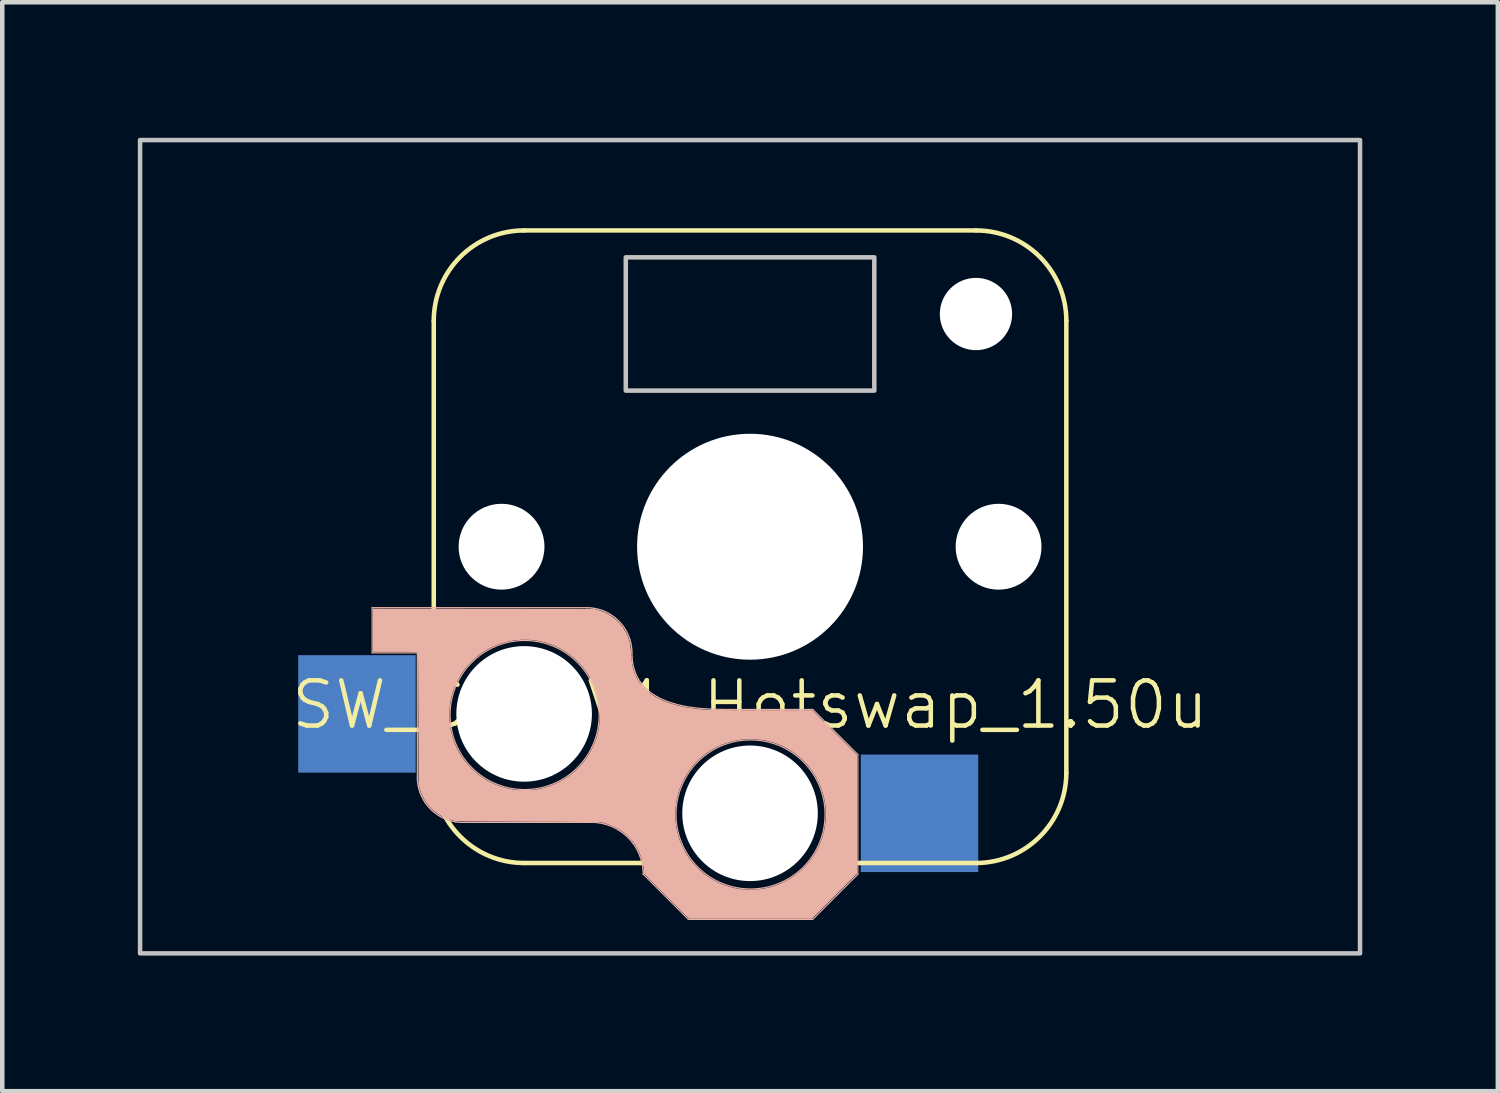
<source format=kicad_pcb>
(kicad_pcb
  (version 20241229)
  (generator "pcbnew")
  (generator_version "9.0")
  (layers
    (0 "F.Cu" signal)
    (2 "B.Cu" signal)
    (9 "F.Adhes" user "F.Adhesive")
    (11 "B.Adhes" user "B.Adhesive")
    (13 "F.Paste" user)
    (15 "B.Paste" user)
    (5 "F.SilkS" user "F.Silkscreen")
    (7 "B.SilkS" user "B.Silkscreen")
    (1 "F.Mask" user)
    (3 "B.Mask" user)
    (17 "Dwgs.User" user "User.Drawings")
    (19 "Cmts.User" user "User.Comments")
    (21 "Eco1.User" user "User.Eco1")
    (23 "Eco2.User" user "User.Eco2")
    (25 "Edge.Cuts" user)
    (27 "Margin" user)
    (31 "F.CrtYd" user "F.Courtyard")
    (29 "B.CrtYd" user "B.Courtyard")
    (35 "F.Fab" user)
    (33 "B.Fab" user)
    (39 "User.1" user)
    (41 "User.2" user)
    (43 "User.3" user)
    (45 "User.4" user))
  (footprint "SW_ChocV1_Hotswap_1.50u"
    (layer "F.Cu")
    (at 13.55 9.05)
    (property "Reference" "SW_ChocV1_Hotswap_1.50u" (at 0 3.5 0) (unlocked yes) (layer "F.SilkS") (effects (font (size 1 1) (thickness 0.1))))
    (attr through_hole)
    (fp_line (start -7 -5) (end -7 5) (stroke (width 0.1) (type default)) (layer "F.SilkS"))
    (fp_line (start -5 -7) (end 5 -7) (stroke (width 0.1) (type default)) (layer "F.SilkS"))
    (fp_line (start -5 7) (end -1.5 7) (stroke (width 0.1) (type default)) (layer "F.SilkS"))
    (fp_line (start 1.5 7) (end 5 7) (stroke (width 0.1) (type default)) (layer "F.SilkS"))
    (fp_line (start 7 -5) (end 7 5) (stroke (width 0.1) (type default)) (layer "F.SilkS"))
    (fp_arc (start -7 -5) (mid -6.414214 -6.414214) (end -5 -7) (stroke (width 0.1) (type default)) (layer "F.SilkS"))
    (fp_arc (start -5 7) (mid -6.414214 6.414214) (end -7 5) (stroke (width 0.1) (type default)) (layer "F.SilkS"))
    (fp_arc (start 5 -7) (mid 6.414214 -6.414214) (end 7 -5) (stroke (width 0.1) (type default)) (layer "F.SilkS"))
    (fp_arc (start 7 5) (mid 6.414214 6.414214) (end 5 7) (stroke (width 0.1) (type default)) (layer "F.SilkS"))
    (fp_line (start -8.364 1.349) (end -7.364 1.349) (stroke (width 0.026) (type solid)) (layer "B.SilkS"))
    (fp_line (start -8.364 2.349) (end -8.364 1.349) (stroke (width 0.026) (type solid)) (layer "B.SilkS"))
    (fp_line (start -7.364 1.349) (end -3.614 1.349) (stroke (width 0.026) (type solid)) (layer "B.SilkS"))
    (fp_line (start -7.364 2.349) (end -8.364 2.349) (stroke (width 0.026) (type solid)) (layer "B.SilkS"))
    (fp_line (start -7.364 5.1) (end -7.364 2.349) (stroke (width 0.026) (type solid)) (layer "B.SilkS"))
    (fp_line (start -7.364 5.1) (end -7.363 5.149) (stroke (width 0.026) (type solid)) (layer "B.SilkS"))
    (fp_line (start -7.363 5.149) (end -7.359 5.199) (stroke (width 0.026) (type solid)) (layer "B.SilkS"))
    (fp_line (start -7.359 5.199) (end -7.353 5.247) (stroke (width 0.026) (type solid)) (layer "B.SilkS"))
    (fp_line (start -7.353 5.247) (end -7.345 5.296) (stroke (width 0.026) (type solid)) (layer "B.SilkS"))
    (fp_line (start -7.345 5.296) (end -7.334 5.344) (stroke (width 0.026) (type solid)) (layer "B.SilkS"))
    (fp_line (start -7.334 5.344) (end -7.321 5.391) (stroke (width 0.026) (type solid)) (layer "B.SilkS"))
    (fp_line (start -7.321 5.391) (end -7.306 5.437) (stroke (width 0.026) (type solid)) (layer "B.SilkS"))
    (fp_line (start -7.306 5.437) (end -7.288 5.483) (stroke (width 0.026) (type solid)) (layer "B.SilkS"))
    (fp_line (start -7.288 5.483) (end -7.268 5.527) (stroke (width 0.026) (type solid)) (layer "B.SilkS"))
    (fp_line (start -7.268 5.527) (end -7.247 5.571) (stroke (width 0.026) (type solid)) (layer "B.SilkS"))
    (fp_line (start -7.247 5.571) (end -7.222 5.613) (stroke (width 0.026) (type solid)) (layer "B.SilkS"))
    (fp_line (start -7.222 5.613) (end -7.196 5.655) (stroke (width 0.026) (type solid)) (layer "B.SilkS"))
    (fp_line (start -7.196 5.655) (end -7.168 5.695) (stroke (width 0.026) (type solid)) (layer "B.SilkS"))
    (fp_line (start -7.168 5.695) (end -7.138 5.734) (stroke (width 0.026) (type solid)) (layer "B.SilkS"))
    (fp_line (start -7.138 5.734) (end -7.106 5.771) (stroke (width 0.026) (type solid)) (layer "B.SilkS"))
    (fp_line (start -7.106 5.771) (end -7.071 5.807) (stroke (width 0.026) (type solid)) (layer "B.SilkS"))
    (fp_line (start -7.071 5.807) (end -7.036 5.841) (stroke (width 0.026) (type solid)) (layer "B.SilkS"))
    (fp_line (start -7.036 5.841) (end -6.998 5.873) (stroke (width 0.026) (type solid)) (layer "B.SilkS"))
    (fp_line (start -6.998 5.873) (end -6.959 5.904) (stroke (width 0.026) (type solid)) (layer "B.SilkS"))
    (fp_line (start -6.959 5.904) (end -6.919 5.932) (stroke (width 0.026) (type solid)) (layer "B.SilkS"))
    (fp_line (start -6.919 5.932) (end -6.878 5.958) (stroke (width 0.026) (type solid)) (layer "B.SilkS"))
    (fp_line (start -6.878 5.958) (end -6.835 5.982) (stroke (width 0.026) (type solid)) (layer "B.SilkS"))
    (fp_line (start -6.835 5.982) (end -6.792 6.004) (stroke (width 0.026) (type solid)) (layer "B.SilkS"))
    (fp_line (start -6.792 6.004) (end -6.747 6.024) (stroke (width 0.026) (type solid)) (layer "B.SilkS"))
    (fp_line (start -6.747 6.024) (end -6.702 6.041) (stroke (width 0.026) (type solid)) (layer "B.SilkS"))
    (fp_line (start -6.702 6.041) (end -6.655 6.057) (stroke (width 0.026) (type solid)) (layer "B.SilkS"))
    (fp_line (start -6.655 6.057) (end -6.608 6.07) (stroke (width 0.026) (type solid)) (layer "B.SilkS"))
    (fp_line (start -6.608 6.07) (end -6.56 6.08) (stroke (width 0.026) (type solid)) (layer "B.SilkS"))
    (fp_line (start -6.56 6.08) (end -6.512 6.089) (stroke (width 0.026) (type solid)) (layer "B.SilkS"))
    (fp_line (start -6.512 6.089) (end -6.463 6.095) (stroke (width 0.026) (type solid)) (layer "B.SilkS"))
    (fp_line (start -6.463 6.095) (end -6.414 6.099) (stroke (width 0.026) (type solid)) (layer "B.SilkS"))
    (fp_line (start -6.414 6.099) (end -6.364 6.1) (stroke (width 0.026) (type solid)) (layer "B.SilkS"))
    (fp_line (start -6.364 6.1) (end -6.364 6.101) (stroke (width 0.026) (type default)) (layer "B.SilkS"))
    (fp_line (start -3.614 1.35) (end -3.614 1.349) (stroke (width 0.026) (type default)) (layer "B.SilkS"))
    (fp_line (start -3.565 1.351) (end -3.614 1.35) (stroke (width 0.026) (type solid)) (layer "B.SilkS"))
    (fp_line (start -3.516 1.355) (end -3.565 1.351) (stroke (width 0.026) (type solid)) (layer "B.SilkS"))
    (fp_line (start -3.514 6.101) (end -6.364 6.101) (stroke (width 0.026) (type solid)) (layer "B.SilkS"))
    (fp_line (start -3.514 6.101) (end -3.514 6.1) (stroke (width 0.026) (type default)) (layer "B.SilkS"))
    (fp_line (start -3.467 1.361) (end -3.516 1.355) (stroke (width 0.026) (type solid)) (layer "B.SilkS"))
    (fp_line (start -3.457 6.101) (end -3.514 6.1) (stroke (width 0.026) (type solid)) (layer "B.SilkS"))
    (fp_line (start -3.418 1.369) (end -3.467 1.361) (stroke (width 0.026) (type solid)) (layer "B.SilkS"))
    (fp_line (start -3.401 6.105) (end -3.457 6.101) (stroke (width 0.026) (type solid)) (layer "B.SilkS"))
    (fp_line (start -3.371 1.38) (end -3.418 1.369) (stroke (width 0.026) (type solid)) (layer "B.SilkS"))
    (fp_line (start -3.345 6.112) (end -3.401 6.105) (stroke (width 0.026) (type solid)) (layer "B.SilkS"))
    (fp_line (start -3.324 1.393) (end -3.371 1.38) (stroke (width 0.026) (type solid)) (layer "B.SilkS"))
    (fp_line (start -3.289 6.122) (end -3.345 6.112) (stroke (width 0.026) (type solid)) (layer "B.SilkS"))
    (fp_line (start -3.277 1.408) (end -3.324 1.393) (stroke (width 0.026) (type solid)) (layer "B.SilkS"))
    (fp_line (start -3.234 6.135) (end -3.289 6.122) (stroke (width 0.026) (type solid)) (layer "B.SilkS"))
    (fp_line (start -3.232 1.426) (end -3.277 1.408) (stroke (width 0.026) (type solid)) (layer "B.SilkS"))
    (fp_line (start -3.187 1.446) (end -3.232 1.426) (stroke (width 0.026) (type solid)) (layer "B.SilkS"))
    (fp_line (start -3.18 6.15) (end -3.234 6.135) (stroke (width 0.026) (type solid)) (layer "B.SilkS"))
    (fp_line (start -3.143 1.468) (end -3.187 1.446) (stroke (width 0.026) (type solid)) (layer "B.SilkS"))
    (fp_line (start -3.127 6.167) (end -3.18 6.15) (stroke (width 0.026) (type solid)) (layer "B.SilkS"))
    (fp_line (start -3.101 1.492) (end -3.143 1.468) (stroke (width 0.026) (type solid)) (layer "B.SilkS"))
    (fp_line (start -3.074 6.187) (end -3.127 6.167) (stroke (width 0.026) (type solid)) (layer "B.SilkS"))
    (fp_line (start -3.06 1.518) (end -3.101 1.492) (stroke (width 0.026) (type solid)) (layer "B.SilkS"))
    (fp_line (start -3.023 6.21) (end -3.074 6.187) (stroke (width 0.026) (type solid)) (layer "B.SilkS"))
    (fp_line (start -3.019 1.546) (end -3.06 1.518) (stroke (width 0.026) (type solid)) (layer "B.SilkS"))
    (fp_line (start -2.981 1.576) (end -3.019 1.546) (stroke (width 0.026) (type solid)) (layer "B.SilkS"))
    (fp_line (start -2.973 6.235) (end -3.023 6.21) (stroke (width 0.026) (type solid)) (layer "B.SilkS"))
    (fp_line (start -2.943 1.609) (end -2.981 1.576) (stroke (width 0.026) (type solid)) (layer "B.SilkS"))
    (fp_line (start -2.924 6.263) (end -2.973 6.235) (stroke (width 0.026) (type solid)) (layer "B.SilkS"))
    (fp_line (start -2.907 1.643) (end -2.943 1.609) (stroke (width 0.026) (type solid)) (layer "B.SilkS"))
    (fp_line (start -2.876 6.293) (end -2.924 6.263) (stroke (width 0.026) (type solid)) (layer "B.SilkS"))
    (fp_line (start -2.873 1.679) (end -2.907 1.643) (stroke (width 0.026) (type solid)) (layer "B.SilkS"))
    (fp_line (start -2.841 1.716) (end -2.873 1.679) (stroke (width 0.026) (type solid)) (layer "B.SilkS"))
    (fp_line (start -2.83 6.325) (end -2.876 6.293) (stroke (width 0.026) (type solid)) (layer "B.SilkS"))
    (fp_line (start -2.811 1.755) (end -2.841 1.716) (stroke (width 0.026) (type solid)) (layer "B.SilkS"))
    (fp_line (start -2.786 6.36) (end -2.83 6.325) (stroke (width 0.026) (type solid)) (layer "B.SilkS"))
    (fp_line (start -2.782 1.795) (end -2.811 1.755) (stroke (width 0.026) (type solid)) (layer "B.SilkS"))
    (fp_line (start -2.756 1.836) (end -2.782 1.795) (stroke (width 0.026) (type solid)) (layer "B.SilkS"))
    (fp_line (start -2.743 6.397) (end -2.786 6.36) (stroke (width 0.026) (type solid)) (layer "B.SilkS"))
    (fp_line (start -2.732 1.879) (end -2.756 1.836) (stroke (width 0.026) (type solid)) (layer "B.SilkS"))
    (fp_line (start -2.71 1.923) (end -2.732 1.879) (stroke (width 0.026) (type solid)) (layer "B.SilkS"))
    (fp_line (start -2.701 6.437) (end -2.743 6.397) (stroke (width 0.026) (type solid)) (layer "B.SilkS"))
    (fp_line (start -2.69 1.967) (end -2.71 1.923) (stroke (width 0.026) (type solid)) (layer "B.SilkS"))
    (fp_line (start -2.673 2.013) (end -2.69 1.967) (stroke (width 0.026) (type solid)) (layer "B.SilkS"))
    (fp_line (start -2.662 6.478) (end -2.701 6.437) (stroke (width 0.026) (type solid)) (layer "B.SilkS"))
    (fp_line (start -2.658 2.059) (end -2.673 2.013) (stroke (width 0.026) (type solid)) (layer "B.SilkS"))
    (fp_line (start -2.644 2.106) (end -2.658 2.059) (stroke (width 0.026) (type solid)) (layer "B.SilkS"))
    (fp_line (start -2.634 2.154) (end -2.644 2.106) (stroke (width 0.026) (type solid)) (layer "B.SilkS"))
    (fp_line (start -2.625 2.202) (end -2.634 2.154) (stroke (width 0.026) (type solid)) (layer "B.SilkS"))
    (fp_line (start -2.625 6.521) (end -2.662 6.478) (stroke (width 0.026) (type solid)) (layer "B.SilkS"))
    (fp_line (start -2.619 2.251) (end -2.625 2.202) (stroke (width 0.026) (type solid)) (layer "B.SilkS"))
    (fp_line (start -2.616 2.3) (end -2.619 2.251) (stroke (width 0.026) (type solid)) (layer "B.SilkS"))
    (fp_line (start -2.614 2.35) (end -2.616 2.3) (stroke (width 0.026) (type solid)) (layer "B.SilkS"))
    (fp_line (start -2.612 2.427) (end -2.614 2.35) (stroke (width 0.026) (type solid)) (layer "B.SilkS"))
    (fp_line (start -2.607 2.501) (end -2.612 2.427) (stroke (width 0.026) (type solid)) (layer "B.SilkS"))
    (fp_line (start -2.597 2.573) (end -2.607 2.501) (stroke (width 0.026) (type solid)) (layer "B.SilkS"))
    (fp_line (start -2.59 6.566) (end -2.625 6.521) (stroke (width 0.026) (type solid)) (layer "B.SilkS"))
    (fp_line (start -2.583 2.643) (end -2.597 2.573) (stroke (width 0.026) (type solid)) (layer "B.SilkS"))
    (fp_line (start -2.566 2.71) (end -2.583 2.643) (stroke (width 0.026) (type solid)) (layer "B.SilkS"))
    (fp_line (start -2.558 6.612) (end -2.59 6.566) (stroke (width 0.026) (type solid)) (layer "B.SilkS"))
    (fp_line (start -2.544 2.775) (end -2.566 2.71) (stroke (width 0.026) (type solid)) (layer "B.SilkS"))
    (fp_line (start -2.527 6.659) (end -2.558 6.612) (stroke (width 0.026) (type solid)) (layer "B.SilkS"))
    (fp_line (start -2.519 2.837) (end -2.544 2.775) (stroke (width 0.026) (type solid)) (layer "B.SilkS"))
    (fp_line (start -2.5 6.708) (end -2.527 6.659) (stroke (width 0.026) (type solid)) (layer "B.SilkS"))
    (fp_line (start -2.489 2.897) (end -2.519 2.837) (stroke (width 0.026) (type solid)) (layer "B.SilkS"))
    (fp_line (start -2.475 6.758) (end -2.5 6.708) (stroke (width 0.026) (type solid)) (layer "B.SilkS"))
    (fp_line (start -2.456 2.954) (end -2.489 2.897) (stroke (width 0.026) (type solid)) (layer "B.SilkS"))
    (fp_line (start -2.452 6.81) (end -2.475 6.758) (stroke (width 0.026) (type solid)) (layer "B.SilkS"))
    (fp_line (start -2.432 6.862) (end -2.452 6.81) (stroke (width 0.026) (type solid)) (layer "B.SilkS"))
    (fp_line (start -2.419 3.009) (end -2.456 2.954) (stroke (width 0.026) (type solid)) (layer "B.SilkS"))
    (fp_line (start -2.414 6.915) (end -2.432 6.862) (stroke (width 0.026) (type solid)) (layer "B.SilkS"))
    (fp_line (start -2.399 6.97) (end -2.414 6.915) (stroke (width 0.026) (type solid)) (layer "B.SilkS"))
    (fp_line (start -2.387 7.024) (end -2.399 6.97) (stroke (width 0.026) (type solid)) (layer "B.SilkS"))
    (fp_line (start -2.378 3.061) (end -2.419 3.009) (stroke (width 0.026) (type solid)) (layer "B.SilkS"))
    (fp_line (start -2.377 7.08) (end -2.387 7.024) (stroke (width 0.026) (type solid)) (layer "B.SilkS"))
    (fp_line (start -2.37 7.136) (end -2.377 7.08) (stroke (width 0.026) (type solid)) (layer "B.SilkS"))
    (fp_line (start -2.366 7.193) (end -2.37 7.136) (stroke (width 0.026) (type solid)) (layer "B.SilkS"))
    (fp_line (start -2.364 7.25) (end -2.366 7.193) (stroke (width 0.026) (type solid)) (layer "B.SilkS"))
    (fp_line (start -2.364 7.25) (end -2.364 7.249) (stroke (width 0.026) (type default)) (layer "B.SilkS"))
    (fp_line (start -2.333 3.112) (end -2.378 3.061) (stroke (width 0.026) (type solid)) (layer "B.SilkS"))
    (fp_line (start -2.284 3.159) (end -2.333 3.112) (stroke (width 0.026) (type solid)) (layer "B.SilkS"))
    (fp_line (start -2.232 3.204) (end -2.284 3.159) (stroke (width 0.026) (type solid)) (layer "B.SilkS"))
    (fp_line (start -2.175 3.247) (end -2.232 3.204) (stroke (width 0.026) (type solid)) (layer "B.SilkS"))
    (fp_line (start -2.114 3.287) (end -2.175 3.247) (stroke (width 0.026) (type solid)) (layer "B.SilkS"))
    (fp_line (start -2.05 3.325) (end -2.114 3.287) (stroke (width 0.026) (type solid)) (layer "B.SilkS"))
    (fp_line (start -1.982 3.361) (end -2.05 3.325) (stroke (width 0.026) (type solid)) (layer "B.SilkS"))
    (fp_line (start -1.833 3.424) (end -1.982 3.361) (stroke (width 0.026) (type solid)) (layer "B.SilkS"))
    (fp_line (start -1.669 3.478) (end -1.833 3.424) (stroke (width 0.026) (type solid)) (layer "B.SilkS"))
    (fp_line (start -1.489 3.522) (end -1.669 3.478) (stroke (width 0.026) (type solid)) (layer "B.SilkS"))
    (fp_line (start -1.364 8.249) (end -2.364 7.249) (stroke (width 0.026) (type solid)) (layer "B.SilkS"))
    (fp_line (start -1.294 3.556) (end -1.489 3.522) (stroke (width 0.026) (type solid)) (layer "B.SilkS"))
    (fp_line (start -1.083 3.58) (end -1.294 3.556) (stroke (width 0.026) (type solid)) (layer "B.SilkS"))
    (fp_line (start -0.857 3.595) (end -1.083 3.58) (stroke (width 0.026) (type solid)) (layer "B.SilkS"))
    (fp_line (start -0.614 3.601) (end -0.614 3.6) (stroke (width 0.026) (type default)) (layer "B.SilkS"))
    (fp_line (start -0.614 3.601) (end 1.386 3.601) (stroke (width 0.026) (type solid)) (layer "B.SilkS"))
    (fp_line (start -0.614 3.6) (end -0.857 3.595) (stroke (width 0.026) (type solid)) (layer "B.SilkS"))
    (fp_line (start 1.386 8.249) (end -1.364 8.249) (stroke (width 0.026) (type solid)) (layer "B.SilkS"))
    (fp_line (start 2.386 4.601) (end 1.386 3.601) (stroke (width 0.026) (type solid)) (layer "B.SilkS"))
    (fp_line (start 2.386 4.601) (end 2.386 7.249) (stroke (width 0.026) (type solid)) (layer "B.SilkS"))
    (fp_line (start 2.386 7.249) (end 1.386 8.249) (stroke (width 0.026) (type solid)) (layer "B.SilkS"))
    (fp_poly (pts (xy -4.883 2.078) (xy -4.776 2.089) (xy -4.67 2.106) (xy -4.566 2.13) (xy -4.462 2.161) (xy -4.361 2.199) (xy -4.261 2.244) (xy -4.164 2.296) (xy -4.071 2.354) (xy -3.982 2.418) (xy -3.899 2.487) (xy -3.82 2.561) (xy -3.747 2.639) (xy -3.679 2.722) (xy -3.617 2.809) (xy -3.56 2.9) (xy -3.51 2.994) (xy -3.466 3.091) (xy -3.428 3.192) (xy -3.396 3.294) (xy -3.372 3.399) (xy -3.354 3.506) (xy -3.343 3.615) (xy -3.339 3.725) (xy -3.34 3.78) (xy -3.343 3.835) (xy -3.348 3.889) (xy -3.354 3.943) (xy -3.362 3.997) (xy -3.372 4.05) (xy -3.383 4.103) (xy -3.396 4.155) (xy -3.411 4.207) (xy -3.428 4.258) (xy -3.446 4.309) (xy -3.466 4.358) (xy -3.487 4.407) (xy -3.51 4.456) (xy -3.534 4.503) (xy -3.56 4.55) (xy -3.588 4.596) (xy -3.617 4.641) (xy -3.647 4.685) (xy -3.679 4.728) (xy -3.712 4.77) (xy -3.747 4.811) (xy -3.783 4.85) (xy -3.82 4.889) (xy -3.859 4.927) (xy -3.899 4.963) (xy -3.94 4.998) (xy -3.982 5.032) (xy -4.026 5.064) (xy -4.071 5.096) (xy -4.117 5.125) (xy -4.164 5.154) (xy -4.261 5.206) (xy -4.361 5.25) (xy -4.462 5.288) (xy -4.566 5.32) (xy -4.67 5.344) (xy -4.776 5.361) (xy -4.883 5.371) (xy -4.989 5.375) (xy -5.096 5.371) (xy -5.203 5.361) (xy -5.308 5.344) (xy -5.413 5.32) (xy -5.516 5.288) (xy -5.618 5.25) (xy -5.717 5.206) (xy -5.814 5.154) (xy -5.908 5.096) (xy -5.996 5.032) (xy -6.08 4.963) (xy -6.159 4.889) (xy -6.232 4.811) (xy -6.3 4.728) (xy -6.362 4.641) (xy -6.418 4.55) (xy -6.469 4.456) (xy -6.513 4.358) (xy -6.551 4.258) (xy -6.582 4.155) (xy -6.607 4.05) (xy -6.625 3.943) (xy -6.636 3.835) (xy -6.639 3.725) (xy -6.638 3.67) (xy -6.636 3.615) (xy -6.631 3.56) (xy -6.625 3.506) (xy -6.617 3.453) (xy -6.607 3.399) (xy -6.595 3.347) (xy -6.582 3.294) (xy -6.567 3.243) (xy -6.551 3.192) (xy -6.533 3.141) (xy -6.513 3.091) (xy -6.492 3.042) (xy -6.469 2.994) (xy -6.444 2.947) (xy -6.418 2.9) (xy -6.391 2.854) (xy -6.362 2.809) (xy -6.332 2.765) (xy -6.3 2.722) (xy -6.267 2.68) (xy -6.232 2.639) (xy -6.196 2.599) (xy -6.159 2.561) (xy -6.12 2.523) (xy -6.08 2.487) (xy -6.039 2.452) (xy -5.996 2.418) (xy -5.953 2.385) (xy -5.908 2.354) (xy -5.862 2.324) (xy -5.814 2.296) (xy -5.717 2.244) (xy -5.618 2.199) (xy -5.516 2.161) (xy -5.413 2.13) (xy -5.308 2.106) (xy -5.203 2.089) (xy -5.096 2.078) (xy -4.989 2.075)) (stroke (width 0.026) (type solid)) (fill no) (layer "B.SilkS"))
    (fp_poly (pts (xy 0.096 4.278) (xy 0.179 4.284) (xy 0.262 4.295) (xy 0.343 4.309) (xy 0.423 4.328) (xy 0.501 4.35) (xy 0.578 4.376) (xy 0.653 4.405) (xy 0.726 4.438) (xy 0.797 4.475) (xy 0.866 4.515) (xy 0.933 4.557) (xy 0.998 4.603) (xy 1.06 4.652) (xy 1.12 4.704) (xy 1.177 4.759) (xy 1.232 4.816) (xy 1.284 4.876) (xy 1.333 4.938) (xy 1.379 5.003) (xy 1.422 5.07) (xy 1.461 5.139) (xy 1.498 5.21) (xy 1.531 5.283) (xy 1.56 5.358) (xy 1.586 5.434) (xy 1.609 5.513) (xy 1.627 5.592) (xy 1.642 5.674) (xy 1.652 5.756) (xy 1.658 5.84) (xy 1.661 5.925) (xy 1.661 5.925) (xy 1.66 5.98) (xy 1.657 6.035) (xy 1.652 6.089) (xy 1.646 6.143) (xy 1.638 6.197) (xy 1.628 6.25) (xy 1.617 6.303) (xy 1.604 6.355) (xy 1.589 6.407) (xy 1.572 6.458) (xy 1.554 6.509) (xy 1.534 6.558) (xy 1.513 6.607) (xy 1.49 6.656) (xy 1.466 6.703) (xy 1.44 6.75) (xy 1.412 6.796) (xy 1.383 6.841) (xy 1.353 6.885) (xy 1.321 6.928) (xy 1.288 6.97) (xy 1.253 7.01) (xy 1.217 7.05) (xy 1.18 7.089) (xy 1.141 7.127) (xy 1.101 7.163) (xy 1.06 7.198) (xy 1.018 7.232) (xy 0.974 7.264) (xy 0.929 7.296) (xy 0.883 7.325) (xy 0.836 7.354) (xy 0.739 7.406) (xy 0.639 7.45) (xy 0.538 7.488) (xy 0.434 7.52) (xy 0.33 7.544) (xy 0.224 7.561) (xy 0.117 7.571) (xy 0.011 7.575) (xy -0.096 7.571) (xy -0.203 7.561) (xy -0.308 7.544) (xy -0.413 7.52) (xy -0.516 7.488) (xy -0.618 7.45) (xy -0.717 7.406) (xy -0.814 7.354) (xy -0.908 7.296) (xy -0.996 7.232) (xy -1.08 7.163) (xy -1.159 7.089) (xy -1.232 7.01) (xy -1.3 6.928) (xy -1.362 6.841) (xy -1.418 6.75) (xy -1.469 6.656) (xy -1.513 6.558) (xy -1.551 6.458) (xy -1.582 6.355) (xy -1.607 6.25) (xy -1.625 6.143) (xy -1.636 6.035) (xy -1.639 5.925) (xy -1.637 5.84) (xy -1.631 5.756) (xy -1.62 5.674) (xy -1.606 5.592) (xy -1.587 5.513) (xy -1.565 5.434) (xy -1.539 5.358) (xy -1.509 5.283) (xy -1.476 5.21) (xy -1.44 5.139) (xy -1.4 5.07) (xy -1.357 5.003) (xy -1.311 4.938) (xy -1.262 4.876) (xy -1.21 4.816) (xy -1.156 4.759) (xy -1.098 4.704) (xy -1.039 4.652) (xy -0.976 4.603) (xy -0.912 4.557) (xy -0.845 4.514) (xy -0.776 4.475) (xy -0.704 4.438) (xy -0.631 4.405) (xy -0.556 4.376) (xy -0.48 4.35) (xy -0.402 4.328) (xy -0.322 4.309) (xy -0.24 4.295) (xy -0.158 4.284) (xy -0.074 4.278) (xy 0.011 4.276)) (stroke (width 0.026) (type solid)) (fill no) (layer "B.SilkS"))
    (fp_poly (pts (xy -5.9 1.372) (xy -3.455 1.375) (xy -3.369 1.399) (xy -3.305 1.419) (xy -3.244 1.442) (xy -3.184 1.47) (xy -3.127 1.501) (xy -3.072 1.535) (xy -3.02 1.572) (xy -2.97 1.613) (xy -2.923 1.657) (xy -2.879 1.703) (xy -2.839 1.753) (xy -2.801 1.804) (xy -2.767 1.858) (xy -2.736 1.915) (xy -2.709 1.974) (xy -2.686 2.034) (xy -2.667 2.097) (xy -2.661 2.121) (xy -2.656 2.146) (xy -2.651 2.173) (xy -2.647 2.203) (xy -2.643 2.237) (xy -2.639 2.275) (xy -2.635 2.319) (xy -2.632 2.369) (xy -2.625 2.458) (xy -2.617 2.536) (xy -2.612 2.571) (xy -2.607 2.604) (xy -2.602 2.635) (xy -2.595 2.665) (xy -2.589 2.693) (xy -2.581 2.72) (xy -2.573 2.747) (xy -2.563 2.773) (xy -2.553 2.799) (xy -2.542 2.825) (xy -2.517 2.879) (xy -2.498 2.915) (xy -2.478 2.95) (xy -2.457 2.984) (xy -2.434 3.017) (xy -2.409 3.049) (xy -2.384 3.081) (xy -2.357 3.111) (xy -2.329 3.14) (xy -2.299 3.169) (xy -2.268 3.197) (xy -2.236 3.224) (xy -2.202 3.249) (xy -2.167 3.274) (xy -2.13 3.299) (xy -2.092 3.322) (xy -2.053 3.344) (xy -2.012 3.366) (xy -1.97 3.386) (xy -1.926 3.406) (xy -1.881 3.424) (xy -1.835 3.442) (xy -1.787 3.459) (xy -1.738 3.475) (xy -1.687 3.491) (xy -1.582 3.519) (xy -1.471 3.543) (xy -1.354 3.564) (xy -1.231 3.581) (xy -1.137 3.592) (xy -1.042 3.601) (xy -0.931 3.607) (xy -0.794 3.611) (xy -0.616 3.614) (xy -0.385 3.616) (xy 0.286 3.617) (xy 1.378 3.617) (xy 1.873 4.112) (xy 2.367 4.606) (xy 2.367 7.237) (xy 1.868 7.736) (xy 1.369 8.235) (xy -1.352 8.235) (xy -1.851 7.736) (xy -2.349 7.237) (xy -2.349 7.187) (xy -2.35 7.158) (xy -2.353 7.127) (xy -2.356 7.095) (xy -2.362 7.061) (xy -2.368 7.027) (xy -2.376 6.992) (xy -2.385 6.957) (xy -2.395 6.921) (xy -2.406 6.885) (xy -2.419 6.85) (xy -2.432 6.815) (xy -2.446 6.78) (xy -2.46 6.747) (xy -2.476 6.715) (xy -2.492 6.685) (xy -2.508 6.656) (xy -2.54 6.605) (xy -2.574 6.557) (xy -2.609 6.511) (xy -2.647 6.467) (xy -2.687 6.426) (xy -2.728 6.386) (xy -2.772 6.349) (xy -2.817 6.313) (xy -2.864 6.28) (xy -2.914 6.25) (xy -2.965 6.221) (xy -3.018 6.195) (xy -3.073 6.17) (xy -3.129 6.149) (xy -3.188 6.129) (xy -3.249 6.111) (xy -3.262 6.108) (xy -3.268 6.106) (xy -3.275 6.105) (xy -3.283 6.104) (xy -3.292 6.102) (xy -3.303 6.101) (xy -3.315 6.1) (xy -3.329 6.099) (xy -3.345 6.098) (xy -3.365 6.097) (xy -3.386 6.096) (xy -3.412 6.096) (xy -3.44 6.095) (xy -3.509 6.094) (xy -3.596 6.093) (xy -3.703 6.092) (xy -3.832 6.091) (xy -3.986 6.09) (xy -4.379 6.088) (xy -4.9 6.087) (xy -6.285 6.08) (xy -6.487 6.073) (xy -6.53 6.069) (xy -6.561 6.063) (xy -6.59 6.055) (xy -6.618 6.048) (xy -6.646 6.039) (xy -6.674 6.03) (xy -6.701 6.021) (xy -6.727 6.01) (xy -6.753 5.999) (xy -6.779 5.988) (xy -6.804 5.975) (xy -6.829 5.962) (xy -6.833 5.96) (xy -1.654 5.96) (xy -1.648 6.081) (xy -1.632 6.203) (xy -1.607 6.324) (xy -1.574 6.444) (xy -1.565 6.469) (xy -1.556 6.496) (xy -1.532 6.553) (xy -1.505 6.614) (xy -1.476 6.675) (xy -1.444 6.736) (xy -1.412 6.794) (xy -1.38 6.846) (xy -1.364 6.87) (xy -1.349 6.892) (xy -1.335 6.911) (xy -1.32 6.931) (xy -1.285 6.973) (xy -1.247 7.017) (xy -1.206 7.062) (xy -1.164 7.105) (xy -1.123 7.146) (xy -1.084 7.183) (xy -1.065 7.199) (xy -1.048 7.214) (xy -1.003 7.25) (xy -0.956 7.283) (xy -0.909 7.316) (xy -0.861 7.346) (xy -0.812 7.375) (xy -0.761 7.403) (xy -0.71 7.428) (xy -0.658 7.452) (xy -0.606 7.474) (xy -0.552 7.494) (xy -0.498 7.512) (xy -0.443 7.529) (xy -0.388 7.544) (xy -0.332 7.556) (xy -0.276 7.567) (xy -0.219 7.576) (xy -0.193 7.58) (xy -0.163 7.582) (xy -0.098 7.586) (xy -0.026 7.588) (xy 0.049 7.587) (xy 0.123 7.584) (xy 0.195 7.579) (xy 0.26 7.573) (xy 0.289 7.569) (xy 0.316 7.564) (xy 0.316 7.564) (xy 0.437 7.537) (xy 0.555 7.501) (xy 0.669 7.457) (xy 0.778 7.405) (xy 0.883 7.345) (xy 0.983 7.278) (xy 1.078 7.204) (xy 1.168 7.124) (xy 1.251 7.038) (xy 1.328 6.946) (xy 1.398 6.849) (xy 1.462 6.746) (xy 1.517 6.639) (xy 1.565 6.527) (xy 1.605 6.411) (xy 1.637 6.292) (xy 1.653 6.207) (xy 1.666 6.122) (xy 1.674 6.037) (xy 1.677 5.953) (xy 1.677 5.868) (xy 1.672 5.784) (xy 1.663 5.701) (xy 1.649 5.618) (xy 1.632 5.536) (xy 1.61 5.455) (xy 1.584 5.375) (xy 1.554 5.296) (xy 1.52 5.218) (xy 1.482 5.142) (xy 1.44 5.067) (xy 1.393 4.994) (xy 1.346 4.927) (xy 1.295 4.862) (xy 1.242 4.8) (xy 1.185 4.741) (xy 1.126 4.685) (xy 1.065 4.632) (xy 1.001 4.583) (xy 0.934 4.536) (xy 0.866 4.493) (xy 0.795 4.453) (xy 0.722 4.416) (xy 0.647 4.383) (xy 0.571 4.354) (xy 0.492 4.328) (xy 0.412 4.306) (xy 0.331 4.287) (xy 0.303 4.283) (xy 0.273 4.278) (xy 0.206 4.271) (xy 0.134 4.266) (xy 0.057 4.262) (xy -0.019 4.262) (xy -0.092 4.263) (xy -0.16 4.267) (xy -0.191 4.27) (xy -0.219 4.274) (xy -0.281 4.284) (xy -0.342 4.296) (xy -0.402 4.31) (xy -0.461 4.326) (xy -0.52 4.345) (xy -0.577 4.365) (xy -0.633 4.387) (xy -0.689 4.412) (xy -0.744 4.438) (xy -0.797 4.466) (xy -0.85 4.497) (xy -0.901 4.529) (xy -0.952 4.563) (xy -1.001 4.6) (xy -1.049 4.638) (xy -1.096 4.678) (xy -1.142 4.72) (xy -1.185 4.763) (xy -1.227 4.807) (xy -1.267 4.853) (xy -1.341 4.948) (xy -1.408 5.048) (xy -1.467 5.152) (xy -1.518 5.26) (xy -1.562 5.371) (xy -1.597 5.485) (xy -1.624 5.601) (xy -1.642 5.72) (xy -1.653 5.839) (xy -1.654 5.96) (xy -6.833 5.96) (xy -6.854 5.948) (xy -6.878 5.934) (xy -6.902 5.918) (xy -6.926 5.902) (xy -6.949 5.885) (xy -6.973 5.867) (xy -7.003 5.843) (xy -7.032 5.817) (xy -7.06 5.79) (xy -7.087 5.762) (xy -7.113 5.732) (xy -7.138 5.702) (xy -7.161 5.67) (xy -7.183 5.637) (xy -7.205 5.604) (xy -7.224 5.569) (xy -7.243 5.534) (xy -7.26 5.498) (xy -7.276 5.461) (xy -7.29 5.423) (xy -7.303 5.385) (xy -7.315 5.346) (xy -7.339 5.259) (xy -7.342 3.806) (xy -7.342 3.738) (xy -6.653 3.738) (xy -6.652 3.802) (xy -6.65 3.86) (xy -6.646 3.908) (xy -6.633 4.003) (xy -6.614 4.095) (xy -6.591 4.186) (xy -6.563 4.274) (xy -6.531 4.36) (xy -6.494 4.444) (xy -6.453 4.525) (xy -6.407 4.604) (xy -6.357 4.68) (xy -6.303 4.753) (xy -6.244 4.823) (xy -6.181 4.891) (xy -6.114 4.955) (xy -6.043 5.016) (xy -5.968 5.074) (xy -5.889 5.129) (xy -5.858 5.148) (xy -5.826 5.168) (xy -5.792 5.186) (xy -5.757 5.205) (xy -5.722 5.222) (xy -5.685 5.239) (xy -5.648 5.256) (xy -5.61 5.271) (xy -5.572 5.286) (xy -5.534 5.3) (xy -5.495 5.312) (xy -5.457 5.324) (xy -5.419 5.335) (xy -5.381 5.345) (xy -5.343 5.354) (xy -5.307 5.361) (xy -5.26 5.37) (xy -5.222 5.376) (xy -5.205 5.379) (xy -5.189 5.381) (xy -5.173 5.382) (xy -5.157 5.384) (xy -5.14 5.385) (xy -5.121 5.385) (xy -5.079 5.386) (xy -5.024 5.385) (xy -4.954 5.384) (xy -4.897 5.383) (xy -4.85 5.382) (xy -4.811 5.38) (xy -4.777 5.378) (xy -4.746 5.375) (xy -4.716 5.37) (xy -4.686 5.365) (xy -4.654 5.358) (xy -4.654 5.358) (xy -4.537 5.33) (xy -4.425 5.293) (xy -4.316 5.25) (xy -4.211 5.199) (xy -4.111 5.142) (xy -4.015 5.078) (xy -3.925 5.008) (xy -3.839 4.932) (xy -3.759 4.85) (xy -3.684 4.763) (xy -3.616 4.671) (xy -3.554 4.574) (xy -3.499 4.472) (xy -3.45 4.366) (xy -3.409 4.256) (xy -3.375 4.142) (xy -3.363 4.093) (xy -3.353 4.044) (xy -3.345 3.993) (xy -3.338 3.941) (xy -3.332 3.889) (xy -3.328 3.836) (xy -3.326 3.783) (xy -3.325 3.729) (xy -3.325 3.676) (xy -3.328 3.622) (xy -3.331 3.569) (xy -3.337 3.516) (xy -3.344 3.464) (xy -3.352 3.413) (xy -3.362 3.363) (xy -3.374 3.313) (xy -3.39 3.252) (xy -3.409 3.192) (xy -3.431 3.132) (xy -3.454 3.074) (xy -3.479 3.017) (xy -3.507 2.961) (xy -3.536 2.907) (xy -3.567 2.854) (xy -3.636 2.751) (xy -3.711 2.654) (xy -3.793 2.563) (xy -3.881 2.478) (xy -3.976 2.401) (xy -4.075 2.33) (xy -4.18 2.266) (xy -4.29 2.211) (xy -4.347 2.186) (xy -4.404 2.163) (xy -4.463 2.143) (xy -4.522 2.124) (xy -4.583 2.108) (xy -4.644 2.094) (xy -4.706 2.082) (xy -4.769 2.073) (xy -4.851 2.064) (xy -4.932 2.06) (xy -5.014 2.059) (xy -5.095 2.062) (xy -5.176 2.069) (xy -5.256 2.08) (xy -5.335 2.095) (xy -5.414 2.114) (xy -5.492 2.136) (xy -5.568 2.162) (xy -5.643 2.192) (xy -5.717 2.225) (xy -5.79 2.262) (xy -5.86 2.303) (xy -5.929 2.347) (xy -5.997 2.395) (xy -6.015 2.409) (xy -6.035 2.425) (xy -6.056 2.443) (xy -6.077 2.462) (xy -6.123 2.504) (xy -6.169 2.549) (xy -6.213 2.595) (xy -6.255 2.64) (xy -6.274 2.662) (xy -6.292 2.683) (xy -6.308 2.703) (xy -6.322 2.722) (xy -6.351 2.762) (xy -6.379 2.802) (xy -6.405 2.844) (xy -6.43 2.886) (xy -6.454 2.929) (xy -6.477 2.972) (xy -6.498 3.016) (xy -6.518 3.061) (xy -6.537 3.106) (xy -6.555 3.152) (xy -6.571 3.198) (xy -6.586 3.245) (xy -6.6 3.292) (xy -6.612 3.34) (xy -6.623 3.388) (xy -6.633 3.437) (xy -6.636 3.458) (xy -6.639 3.482) (xy -6.645 3.539) (xy -6.649 3.603) (xy -6.652 3.67) (xy -6.653 3.738) (xy -7.342 3.738) (xy -7.346 2.613) (xy -7.35 2.4) (xy -7.353 2.356) (xy -7.357 2.34) (xy -7.358 2.339) (xy -7.359 2.338) (xy -7.362 2.338) (xy -7.364 2.337) (xy -7.372 2.335) (xy -7.382 2.334) (xy -7.395 2.333) (xy -7.412 2.332) (xy -7.433 2.331) (xy -7.458 2.33) (xy -7.488 2.329) (xy -7.522 2.329) (xy -7.608 2.328) (xy -7.719 2.328) (xy -7.858 2.328) (xy -8.346 2.328) (xy -8.346 1.37)) (stroke (width -0.000001) (type solid)) (fill yes) (layer "B.SilkS"))
    (fp_rect (start -13.5 -9) (end 13.5 9) (stroke (width 0.1) (type default)) (fill no) (layer "Dwgs.User"))
    (fp_rect (start -2.75 -3.455) (end 2.75 -6.405) (stroke (width 0.1) (type default)) (fill no) (layer "Dwgs.User"))
    (pad "" np_thru_hole circle (at -5.5 0) (size 1.9 1.9) (drill 1.9) (layers "*.Cu" "*.Mask"))
    (pad "" np_thru_hole circle (at -5 3.7) (size 3 3) (drill 3) (layers "*.Cu" "*.Mask"))
    (pad "" np_thru_hole circle (at 0 0) (size 5 5) (drill 5) (layers "*.Cu" "*.Mask"))
    (pad "" np_thru_hole circle (at 0 5.9) (size 3 3) (drill 3) (layers "*.Cu" "*.Mask"))
    (pad "" np_thru_hole circle (at 5 -5.15) (size 1.6 1.6) (drill 1.6) (layers "*.Cu" "*.Mask"))
    (pad "" np_thru_hole circle (at 5.5 0) (size 1.9 1.9) (drill 1.9) (layers "*.Cu" "*.Mask"))
    (pad "1" smd rect (at -8.7 3.7) (size 2.6 2.6) (layers "B.Cu" "B.Mask" "B.Paste"))
    (pad "2" smd rect (at 3.75 5.9) (size 2.6 2.6) (layers "B.Cu" "B.Mask" "B.Paste")))
  (gr_rect
    (start -3 -3)
    (end 30.1 21.1)
    (stroke (width 0.1) (type default))
    (fill no)
    (layer "Edge.Cuts")))
</source>
